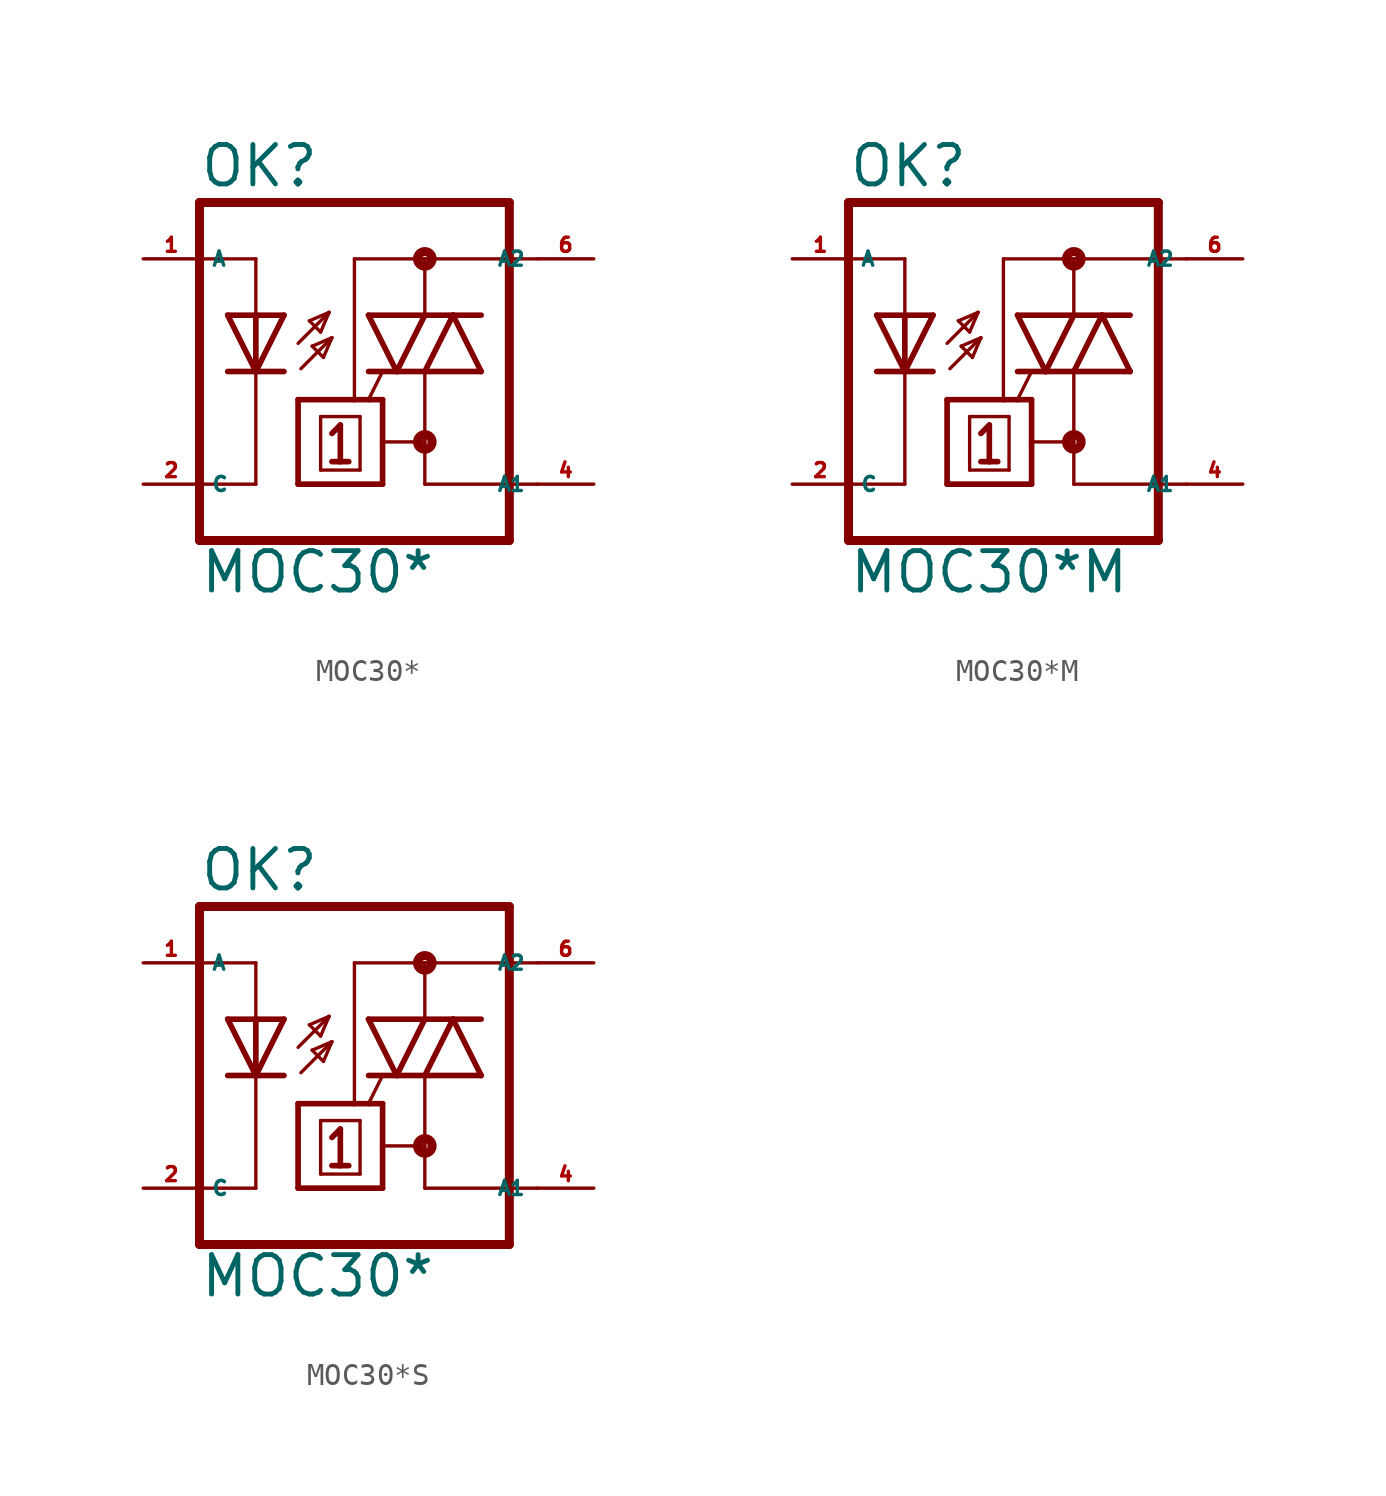
<source format=kicad_sym>
(kicad_symbol_lib
  (version 20220914)
  (generator kicad_symbol_editor)
  (symbol "MOC30*"
    (property "Reference" "OK"
      (at -7.645 8.23 0)
      (effects (font (size 1.778 1.778) (thickness 0.22)) (justify left bottom)))
    (property "Value" "MOC30*"
      (at -7.645 -10.084 0)
      (effects (font (size 1.778 1.778) (thickness 0.22)) (justify left bottom)))
    (symbol "MOC30*_1_1"
      (polyline (pts (xy -7.62 -7.62) (xy 6.35 -7.62)) (stroke (width 0.406) (type default)) (fill (type none)))
      (polyline (pts (xy -7.62 -5.08) (xy -7.62 -7.62)) (stroke (width 0.406) (type default)) (fill (type none)))
      (polyline (pts (xy -7.62 5.08) (xy -7.62 -5.08)) (stroke (width 0.406) (type default)) (fill (type none)))
      (polyline (pts (xy -7.62 7.62) (xy -7.62 5.08)) (stroke (width 0.406) (type default)) (fill (type none)))
      (polyline (pts (xy -7.62 7.62) (xy 6.35 7.62)) (stroke (width 0.406) (type default)) (fill (type none)))
      (polyline (pts (xy -5.08 -5.08) (xy -7.62 -5.08)) (stroke (width 0.152) (type default)) (fill (type none)))
      (polyline (pts (xy -5.08 0) (xy -6.35 0)) (stroke (width 0.254) (type default)) (fill (type none)))
      (polyline (pts (xy -5.08 0) (xy -6.35 2.54)) (stroke (width 0.254) (type default)) (fill (type none)))
      (polyline (pts (xy -5.08 0) (xy -5.08 -5.08)) (stroke (width 0.152) (type default)) (fill (type none)))
      (polyline (pts (xy -5.08 2.54) (xy -6.35 2.54)) (stroke (width 0.254) (type default)) (fill (type none)))
      (polyline (pts (xy -5.08 2.54) (xy -5.08 0)) (stroke (width 0.254) (type default)) (fill (type none)))
      (polyline (pts (xy -5.08 5.08) (xy -7.62 5.08)) (stroke (width 0.152) (type default)) (fill (type none)))
      (polyline (pts (xy -5.08 5.08) (xy -5.08 2.54)) (stroke (width 0.152) (type default)) (fill (type none)))
      (polyline (pts (xy -3.81 0) (xy -5.08 0)) (stroke (width 0.254) (type default)) (fill (type none)))
      (polyline (pts (xy -3.81 2.54) (xy -5.08 0)) (stroke (width 0.254) (type default)) (fill (type none)))
      (polyline (pts (xy -3.81 2.54) (xy -5.08 2.54)) (stroke (width 0.254) (type default)) (fill (type none)))
      (polyline (pts (xy -3.175 -5.08) (xy -3.175 -1.27)) (stroke (width 0.254) (type default)) (fill (type none)))
      (polyline (pts (xy -3.175 -1.27) (xy -0.635 -1.27)) (stroke (width 0.254) (type default)) (fill (type none)))
      (polyline (pts (xy -3.175 1.27) (xy -1.778 2.667)) (stroke (width 0.152) (type default)) (fill (type none)))
      (polyline (pts (xy -3.048 0.127) (xy -1.651 1.524)) (stroke (width 0.152) (type default)) (fill (type none)))
      (polyline (pts (xy -2.667 2.286) (xy -2.159 1.778)) (stroke (width 0.152) (type default)) (fill (type none)))
      (polyline (pts (xy -2.54 1.143) (xy -2.032 0.635)) (stroke (width 0.152) (type default)) (fill (type none)))
      (polyline (pts (xy -2.159 -4.445) (xy -0.381 -4.445)) (stroke (width 0.152) (type default)) (fill (type none)))
      (polyline (pts (xy -2.159 -2.032) (xy -2.159 -4.445)) (stroke (width 0.152) (type default)) (fill (type none)))
      (polyline (pts (xy -2.159 1.778) (xy -1.778 2.667)) (stroke (width 0.152) (type default)) (fill (type none)))
      (polyline (pts (xy -2.032 0.635) (xy -1.651 1.524)) (stroke (width 0.152) (type default)) (fill (type none)))
      (polyline (pts (xy -1.778 2.667) (xy -2.667 2.286)) (stroke (width 0.152) (type default)) (fill (type none)))
      (polyline (pts (xy -1.651 -4.064) (xy -1.27 -4.064)) (stroke (width 0.254) (type default)) (fill (type none)))
      (polyline (pts (xy -1.651 1.524) (xy -2.54 1.143)) (stroke (width 0.152) (type default)) (fill (type none)))
      (polyline (pts (xy -1.27 -4.064) (xy -1.27 -2.413)) (stroke (width 0.254) (type default)) (fill (type none)))
      (polyline (pts (xy -1.27 -4.064) (xy -0.889 -4.064)) (stroke (width 0.254) (type default)) (fill (type none)))
      (polyline (pts (xy -1.27 -2.413) (xy -1.651 -2.794)) (stroke (width 0.254) (type default)) (fill (type none)))
      (polyline (pts (xy -0.635 -1.27) (xy 0 -1.27)) (stroke (width 0.254) (type default)) (fill (type none)))
      (polyline (pts (xy -0.635 5.08) (xy -0.635 -1.27)) (stroke (width 0.152) (type default)) (fill (type none)))
      (polyline (pts (xy -0.381 -4.445) (xy -0.381 -2.032)) (stroke (width 0.152) (type default)) (fill (type none)))
      (polyline (pts (xy -0.381 -2.032) (xy -2.159 -2.032)) (stroke (width 0.152) (type default)) (fill (type none)))
      (polyline (pts (xy 0 -1.27) (xy 0.635 -1.27)) (stroke (width 0.254) (type default)) (fill (type none)))
      (polyline (pts (xy 0.635 -5.08) (xy -3.175 -5.08)) (stroke (width 0.254) (type default)) (fill (type none)))
      (polyline (pts (xy 0.635 -3.175) (xy 0.635 -5.08)) (stroke (width 0.254) (type default)) (fill (type none)))
      (polyline (pts (xy 0.635 -3.175) (xy 2.54 -3.175)) (stroke (width 0.152) (type default)) (fill (type none)))
      (polyline (pts (xy 0.635 -1.27) (xy 0.635 -3.175)) (stroke (width 0.254) (type default)) (fill (type none)))
      (polyline (pts (xy 0.635 0) (xy 0 -1.27)) (stroke (width 0.152) (type default)) (fill (type none)))
      (polyline (pts (xy 1.27 0) (xy 0 0)) (stroke (width 0.254) (type default)) (fill (type none)))
      (polyline (pts (xy 1.27 0) (xy 0 2.54)) (stroke (width 0.254) (type default)) (fill (type none)))
      (polyline (pts (xy 2.54 -5.08) (xy 7.62 -5.08)) (stroke (width 0.152) (type default)) (fill (type none)))
      (polyline (pts (xy 2.54 -3.175) (xy 2.54 -5.08)) (stroke (width 0.152) (type default)) (fill (type none)))
      (polyline (pts (xy 2.54 -3.175) (xy 2.54 0)) (stroke (width 0.152) (type default)) (fill (type none)))
      (polyline (pts (xy 2.54 0) (xy 1.27 0)) (stroke (width 0.254) (type default)) (fill (type none)))
      (polyline (pts (xy 2.54 0) (xy 3.81 2.54)) (stroke (width 0.254) (type default)) (fill (type none)))
      (polyline (pts (xy 2.54 0) (xy 5.08 0)) (stroke (width 0.254) (type default)) (fill (type none)))
      (polyline (pts (xy 2.54 2.54) (xy 0 2.54)) (stroke (width 0.254) (type default)) (fill (type none)))
      (polyline (pts (xy 2.54 2.54) (xy 1.27 0)) (stroke (width 0.254) (type default)) (fill (type none)))
      (polyline (pts (xy 2.54 2.54) (xy 2.54 5.08)) (stroke (width 0.152) (type default)) (fill (type none)))
      (polyline (pts (xy 2.54 2.54) (xy 3.81 2.54)) (stroke (width 0.254) (type default)) (fill (type none)))
      (polyline (pts (xy 2.54 5.08) (xy -0.635 5.08)) (stroke (width 0.152) (type default)) (fill (type none)))
      (polyline (pts (xy 2.54 5.08) (xy 7.62 5.08)) (stroke (width 0.152) (type default)) (fill (type none)))
      (polyline (pts (xy 3.81 2.54) (xy 5.08 0)) (stroke (width 0.254) (type default)) (fill (type none)))
      (polyline (pts (xy 3.81 2.54) (xy 5.08 2.54)) (stroke (width 0.254) (type default)) (fill (type none)))
      (polyline (pts (xy 6.35 7.62) (xy 6.35 -7.62)) (stroke (width 0.406) (type default)) (fill (type none)))
      (circle (center 2.54 -3.175) (radius 0.127) (stroke (width 0.406) (type default)) (fill (type none)))
      (circle (center 2.54 5.08) (radius 0.127) (stroke (width 0.406) (type default)) (fill (type none)))
      (pin passive line (at -10.16 5.08 0) (length 2.54) (name "A" (effects (font (size 0.635 0.635)))) (number "1" (effects (font (size 0.635 0.635)))))
      (pin passive line (at -10.16 -5.08 0) (length 2.54) (name "C" (effects (font (size 0.635 0.635)))) (number "2" (effects (font (size 0.635 0.635)))))
      (pin passive line (at 10.16 -5.08 180) (length 2.54) (name "A1" (effects (font (size 0.635 0.635)))) (number "4" (effects (font (size 0.635 0.635)))))
      (pin passive line (at 10.16 5.08 180) (length 2.54) (name "A2" (effects (font (size 0.635 0.635)))) (number "6" (effects (font (size 0.635 0.635)))))))
  (symbol "MOC30*M"
    (property "Reference" "OK"
      (at -7.645 8.23 0)
      (effects (font (size 1.778 1.778) (thickness 0.22)) (justify left bottom)))
    (property "Value" "MOC30*M"
      (at -7.645 -10.084 0)
      (effects (font (size 1.778 1.778) (thickness 0.22)) (justify left bottom)))
    (symbol "MOC30*M_1_1"
      (polyline (pts (xy -7.62 -7.62) (xy 6.35 -7.62)) (stroke (width 0.406) (type default)) (fill (type none)))
      (polyline (pts (xy -7.62 -5.08) (xy -7.62 -7.62)) (stroke (width 0.406) (type default)) (fill (type none)))
      (polyline (pts (xy -7.62 5.08) (xy -7.62 -5.08)) (stroke (width 0.406) (type default)) (fill (type none)))
      (polyline (pts (xy -7.62 7.62) (xy -7.62 5.08)) (stroke (width 0.406) (type default)) (fill (type none)))
      (polyline (pts (xy -7.62 7.62) (xy 6.35 7.62)) (stroke (width 0.406) (type default)) (fill (type none)))
      (polyline (pts (xy -5.08 -5.08) (xy -7.62 -5.08)) (stroke (width 0.152) (type default)) (fill (type none)))
      (polyline (pts (xy -5.08 0) (xy -6.35 0)) (stroke (width 0.254) (type default)) (fill (type none)))
      (polyline (pts (xy -5.08 0) (xy -6.35 2.54)) (stroke (width 0.254) (type default)) (fill (type none)))
      (polyline (pts (xy -5.08 0) (xy -5.08 -5.08)) (stroke (width 0.152) (type default)) (fill (type none)))
      (polyline (pts (xy -5.08 2.54) (xy -6.35 2.54)) (stroke (width 0.254) (type default)) (fill (type none)))
      (polyline (pts (xy -5.08 2.54) (xy -5.08 0)) (stroke (width 0.254) (type default)) (fill (type none)))
      (polyline (pts (xy -5.08 5.08) (xy -7.62 5.08)) (stroke (width 0.152) (type default)) (fill (type none)))
      (polyline (pts (xy -5.08 5.08) (xy -5.08 2.54)) (stroke (width 0.152) (type default)) (fill (type none)))
      (polyline (pts (xy -3.81 0) (xy -5.08 0)) (stroke (width 0.254) (type default)) (fill (type none)))
      (polyline (pts (xy -3.81 2.54) (xy -5.08 0)) (stroke (width 0.254) (type default)) (fill (type none)))
      (polyline (pts (xy -3.81 2.54) (xy -5.08 2.54)) (stroke (width 0.254) (type default)) (fill (type none)))
      (polyline (pts (xy -3.175 -5.08) (xy -3.175 -1.27)) (stroke (width 0.254) (type default)) (fill (type none)))
      (polyline (pts (xy -3.175 -1.27) (xy -0.635 -1.27)) (stroke (width 0.254) (type default)) (fill (type none)))
      (polyline (pts (xy -3.175 1.27) (xy -1.778 2.667)) (stroke (width 0.152) (type default)) (fill (type none)))
      (polyline (pts (xy -3.048 0.127) (xy -1.651 1.524)) (stroke (width 0.152) (type default)) (fill (type none)))
      (polyline (pts (xy -2.667 2.286) (xy -2.159 1.778)) (stroke (width 0.152) (type default)) (fill (type none)))
      (polyline (pts (xy -2.54 1.143) (xy -2.032 0.635)) (stroke (width 0.152) (type default)) (fill (type none)))
      (polyline (pts (xy -2.159 -4.445) (xy -0.381 -4.445)) (stroke (width 0.152) (type default)) (fill (type none)))
      (polyline (pts (xy -2.159 -2.032) (xy -2.159 -4.445)) (stroke (width 0.152) (type default)) (fill (type none)))
      (polyline (pts (xy -2.159 1.778) (xy -1.778 2.667)) (stroke (width 0.152) (type default)) (fill (type none)))
      (polyline (pts (xy -2.032 0.635) (xy -1.651 1.524)) (stroke (width 0.152) (type default)) (fill (type none)))
      (polyline (pts (xy -1.778 2.667) (xy -2.667 2.286)) (stroke (width 0.152) (type default)) (fill (type none)))
      (polyline (pts (xy -1.651 -4.064) (xy -1.27 -4.064)) (stroke (width 0.254) (type default)) (fill (type none)))
      (polyline (pts (xy -1.651 1.524) (xy -2.54 1.143)) (stroke (width 0.152) (type default)) (fill (type none)))
      (polyline (pts (xy -1.27 -4.064) (xy -1.27 -2.413)) (stroke (width 0.254) (type default)) (fill (type none)))
      (polyline (pts (xy -1.27 -4.064) (xy -0.889 -4.064)) (stroke (width 0.254) (type default)) (fill (type none)))
      (polyline (pts (xy -1.27 -2.413) (xy -1.651 -2.794)) (stroke (width 0.254) (type default)) (fill (type none)))
      (polyline (pts (xy -0.635 -1.27) (xy 0 -1.27)) (stroke (width 0.254) (type default)) (fill (type none)))
      (polyline (pts (xy -0.635 5.08) (xy -0.635 -1.27)) (stroke (width 0.152) (type default)) (fill (type none)))
      (polyline (pts (xy -0.381 -4.445) (xy -0.381 -2.032)) (stroke (width 0.152) (type default)) (fill (type none)))
      (polyline (pts (xy -0.381 -2.032) (xy -2.159 -2.032)) (stroke (width 0.152) (type default)) (fill (type none)))
      (polyline (pts (xy 0 -1.27) (xy 0.635 -1.27)) (stroke (width 0.254) (type default)) (fill (type none)))
      (polyline (pts (xy 0.635 -5.08) (xy -3.175 -5.08)) (stroke (width 0.254) (type default)) (fill (type none)))
      (polyline (pts (xy 0.635 -3.175) (xy 0.635 -5.08)) (stroke (width 0.254) (type default)) (fill (type none)))
      (polyline (pts (xy 0.635 -3.175) (xy 2.54 -3.175)) (stroke (width 0.152) (type default)) (fill (type none)))
      (polyline (pts (xy 0.635 -1.27) (xy 0.635 -3.175)) (stroke (width 0.254) (type default)) (fill (type none)))
      (polyline (pts (xy 0.635 0) (xy 0 -1.27)) (stroke (width 0.152) (type default)) (fill (type none)))
      (polyline (pts (xy 1.27 0) (xy 0 0)) (stroke (width 0.254) (type default)) (fill (type none)))
      (polyline (pts (xy 1.27 0) (xy 0 2.54)) (stroke (width 0.254) (type default)) (fill (type none)))
      (polyline (pts (xy 2.54 -5.08) (xy 7.62 -5.08)) (stroke (width 0.152) (type default)) (fill (type none)))
      (polyline (pts (xy 2.54 -3.175) (xy 2.54 -5.08)) (stroke (width 0.152) (type default)) (fill (type none)))
      (polyline (pts (xy 2.54 -3.175) (xy 2.54 0)) (stroke (width 0.152) (type default)) (fill (type none)))
      (polyline (pts (xy 2.54 0) (xy 1.27 0)) (stroke (width 0.254) (type default)) (fill (type none)))
      (polyline (pts (xy 2.54 0) (xy 3.81 2.54)) (stroke (width 0.254) (type default)) (fill (type none)))
      (polyline (pts (xy 2.54 0) (xy 5.08 0)) (stroke (width 0.254) (type default)) (fill (type none)))
      (polyline (pts (xy 2.54 2.54) (xy 0 2.54)) (stroke (width 0.254) (type default)) (fill (type none)))
      (polyline (pts (xy 2.54 2.54) (xy 1.27 0)) (stroke (width 0.254) (type default)) (fill (type none)))
      (polyline (pts (xy 2.54 2.54) (xy 2.54 5.08)) (stroke (width 0.152) (type default)) (fill (type none)))
      (polyline (pts (xy 2.54 2.54) (xy 3.81 2.54)) (stroke (width 0.254) (type default)) (fill (type none)))
      (polyline (pts (xy 2.54 5.08) (xy -0.635 5.08)) (stroke (width 0.152) (type default)) (fill (type none)))
      (polyline (pts (xy 2.54 5.08) (xy 7.62 5.08)) (stroke (width 0.152) (type default)) (fill (type none)))
      (polyline (pts (xy 3.81 2.54) (xy 5.08 0)) (stroke (width 0.254) (type default)) (fill (type none)))
      (polyline (pts (xy 3.81 2.54) (xy 5.08 2.54)) (stroke (width 0.254) (type default)) (fill (type none)))
      (polyline (pts (xy 6.35 7.62) (xy 6.35 -7.62)) (stroke (width 0.406) (type default)) (fill (type none)))
      (circle (center 2.54 -3.175) (radius 0.127) (stroke (width 0.406) (type default)) (fill (type none)))
      (circle (center 2.54 5.08) (radius 0.127) (stroke (width 0.406) (type default)) (fill (type none)))
      (pin passive line (at -10.16 5.08 0) (length 2.54) (name "A" (effects (font (size 0.635 0.635)))) (number "1" (effects (font (size 0.635 0.635)))))
      (pin passive line (at -10.16 -5.08 0) (length 2.54) (name "C" (effects (font (size 0.635 0.635)))) (number "2" (effects (font (size 0.635 0.635)))))
      (pin passive line (at 10.16 -5.08 180) (length 2.54) (name "A1" (effects (font (size 0.635 0.635)))) (number "4" (effects (font (size 0.635 0.635)))))
      (pin passive line (at 10.16 5.08 180) (length 2.54) (name "A2" (effects (font (size 0.635 0.635)))) (number "6" (effects (font (size 0.635 0.635)))))))
  (symbol "MOC30*S"
    (property "Reference" "OK"
      (at -7.645 8.23 0)
      (effects (font (size 1.778 1.778) (thickness 0.22)) (justify left bottom)))
    (property "Value" "MOC30*"
      (at -7.645 -10.084 0)
      (effects (font (size 1.778 1.778) (thickness 0.22)) (justify left bottom)))
    (symbol "MOC30*S_1_1"
      (polyline (pts (xy -7.62 -7.62) (xy 6.35 -7.62)) (stroke (width 0.406) (type default)) (fill (type none)))
      (polyline (pts (xy -7.62 -5.08) (xy -7.62 -7.62)) (stroke (width 0.406) (type default)) (fill (type none)))
      (polyline (pts (xy -7.62 5.08) (xy -7.62 -5.08)) (stroke (width 0.406) (type default)) (fill (type none)))
      (polyline (pts (xy -7.62 7.62) (xy -7.62 5.08)) (stroke (width 0.406) (type default)) (fill (type none)))
      (polyline (pts (xy -7.62 7.62) (xy 6.35 7.62)) (stroke (width 0.406) (type default)) (fill (type none)))
      (polyline (pts (xy -5.08 -5.08) (xy -7.62 -5.08)) (stroke (width 0.152) (type default)) (fill (type none)))
      (polyline (pts (xy -5.08 0) (xy -6.35 0)) (stroke (width 0.254) (type default)) (fill (type none)))
      (polyline (pts (xy -5.08 0) (xy -6.35 2.54)) (stroke (width 0.254) (type default)) (fill (type none)))
      (polyline (pts (xy -5.08 0) (xy -5.08 -5.08)) (stroke (width 0.152) (type default)) (fill (type none)))
      (polyline (pts (xy -5.08 2.54) (xy -6.35 2.54)) (stroke (width 0.254) (type default)) (fill (type none)))
      (polyline (pts (xy -5.08 2.54) (xy -5.08 0)) (stroke (width 0.254) (type default)) (fill (type none)))
      (polyline (pts (xy -5.08 5.08) (xy -7.62 5.08)) (stroke (width 0.152) (type default)) (fill (type none)))
      (polyline (pts (xy -5.08 5.08) (xy -5.08 2.54)) (stroke (width 0.152) (type default)) (fill (type none)))
      (polyline (pts (xy -3.81 0) (xy -5.08 0)) (stroke (width 0.254) (type default)) (fill (type none)))
      (polyline (pts (xy -3.81 2.54) (xy -5.08 0)) (stroke (width 0.254) (type default)) (fill (type none)))
      (polyline (pts (xy -3.81 2.54) (xy -5.08 2.54)) (stroke (width 0.254) (type default)) (fill (type none)))
      (polyline (pts (xy -3.175 -5.08) (xy -3.175 -1.27)) (stroke (width 0.254) (type default)) (fill (type none)))
      (polyline (pts (xy -3.175 -1.27) (xy -0.635 -1.27)) (stroke (width 0.254) (type default)) (fill (type none)))
      (polyline (pts (xy -3.175 1.27) (xy -1.778 2.667)) (stroke (width 0.152) (type default)) (fill (type none)))
      (polyline (pts (xy -3.048 0.127) (xy -1.651 1.524)) (stroke (width 0.152) (type default)) (fill (type none)))
      (polyline (pts (xy -2.667 2.286) (xy -2.159 1.778)) (stroke (width 0.152) (type default)) (fill (type none)))
      (polyline (pts (xy -2.54 1.143) (xy -2.032 0.635)) (stroke (width 0.152) (type default)) (fill (type none)))
      (polyline (pts (xy -2.159 -4.445) (xy -0.381 -4.445)) (stroke (width 0.152) (type default)) (fill (type none)))
      (polyline (pts (xy -2.159 -2.032) (xy -2.159 -4.445)) (stroke (width 0.152) (type default)) (fill (type none)))
      (polyline (pts (xy -2.159 1.778) (xy -1.778 2.667)) (stroke (width 0.152) (type default)) (fill (type none)))
      (polyline (pts (xy -2.032 0.635) (xy -1.651 1.524)) (stroke (width 0.152) (type default)) (fill (type none)))
      (polyline (pts (xy -1.778 2.667) (xy -2.667 2.286)) (stroke (width 0.152) (type default)) (fill (type none)))
      (polyline (pts (xy -1.651 -4.064) (xy -1.27 -4.064)) (stroke (width 0.254) (type default)) (fill (type none)))
      (polyline (pts (xy -1.651 1.524) (xy -2.54 1.143)) (stroke (width 0.152) (type default)) (fill (type none)))
      (polyline (pts (xy -1.27 -4.064) (xy -1.27 -2.413)) (stroke (width 0.254) (type default)) (fill (type none)))
      (polyline (pts (xy -1.27 -4.064) (xy -0.889 -4.064)) (stroke (width 0.254) (type default)) (fill (type none)))
      (polyline (pts (xy -1.27 -2.413) (xy -1.651 -2.794)) (stroke (width 0.254) (type default)) (fill (type none)))
      (polyline (pts (xy -0.635 -1.27) (xy 0 -1.27)) (stroke (width 0.254) (type default)) (fill (type none)))
      (polyline (pts (xy -0.635 5.08) (xy -0.635 -1.27)) (stroke (width 0.152) (type default)) (fill (type none)))
      (polyline (pts (xy -0.381 -4.445) (xy -0.381 -2.032)) (stroke (width 0.152) (type default)) (fill (type none)))
      (polyline (pts (xy -0.381 -2.032) (xy -2.159 -2.032)) (stroke (width 0.152) (type default)) (fill (type none)))
      (polyline (pts (xy 0 -1.27) (xy 0.635 -1.27)) (stroke (width 0.254) (type default)) (fill (type none)))
      (polyline (pts (xy 0.635 -5.08) (xy -3.175 -5.08)) (stroke (width 0.254) (type default)) (fill (type none)))
      (polyline (pts (xy 0.635 -3.175) (xy 0.635 -5.08)) (stroke (width 0.254) (type default)) (fill (type none)))
      (polyline (pts (xy 0.635 -3.175) (xy 2.54 -3.175)) (stroke (width 0.152) (type default)) (fill (type none)))
      (polyline (pts (xy 0.635 -1.27) (xy 0.635 -3.175)) (stroke (width 0.254) (type default)) (fill (type none)))
      (polyline (pts (xy 0.635 0) (xy 0 -1.27)) (stroke (width 0.152) (type default)) (fill (type none)))
      (polyline (pts (xy 1.27 0) (xy 0 0)) (stroke (width 0.254) (type default)) (fill (type none)))
      (polyline (pts (xy 1.27 0) (xy 0 2.54)) (stroke (width 0.254) (type default)) (fill (type none)))
      (polyline (pts (xy 2.54 -5.08) (xy 7.62 -5.08)) (stroke (width 0.152) (type default)) (fill (type none)))
      (polyline (pts (xy 2.54 -3.175) (xy 2.54 -5.08)) (stroke (width 0.152) (type default)) (fill (type none)))
      (polyline (pts (xy 2.54 -3.175) (xy 2.54 0)) (stroke (width 0.152) (type default)) (fill (type none)))
      (polyline (pts (xy 2.54 0) (xy 1.27 0)) (stroke (width 0.254) (type default)) (fill (type none)))
      (polyline (pts (xy 2.54 0) (xy 3.81 2.54)) (stroke (width 0.254) (type default)) (fill (type none)))
      (polyline (pts (xy 2.54 0) (xy 5.08 0)) (stroke (width 0.254) (type default)) (fill (type none)))
      (polyline (pts (xy 2.54 2.54) (xy 0 2.54)) (stroke (width 0.254) (type default)) (fill (type none)))
      (polyline (pts (xy 2.54 2.54) (xy 1.27 0)) (stroke (width 0.254) (type default)) (fill (type none)))
      (polyline (pts (xy 2.54 2.54) (xy 2.54 5.08)) (stroke (width 0.152) (type default)) (fill (type none)))
      (polyline (pts (xy 2.54 2.54) (xy 3.81 2.54)) (stroke (width 0.254) (type default)) (fill (type none)))
      (polyline (pts (xy 2.54 5.08) (xy -0.635 5.08)) (stroke (width 0.152) (type default)) (fill (type none)))
      (polyline (pts (xy 2.54 5.08) (xy 7.62 5.08)) (stroke (width 0.152) (type default)) (fill (type none)))
      (polyline (pts (xy 3.81 2.54) (xy 5.08 0)) (stroke (width 0.254) (type default)) (fill (type none)))
      (polyline (pts (xy 3.81 2.54) (xy 5.08 2.54)) (stroke (width 0.254) (type default)) (fill (type none)))
      (polyline (pts (xy 6.35 7.62) (xy 6.35 -7.62)) (stroke (width 0.406) (type default)) (fill (type none)))
      (circle (center 2.54 -3.175) (radius 0.127) (stroke (width 0.406) (type default)) (fill (type none)))
      (circle (center 2.54 5.08) (radius 0.127) (stroke (width 0.406) (type default)) (fill (type none)))
      (pin passive line (at -10.16 5.08 0) (length 2.54) (name "A" (effects (font (size 0.635 0.635)))) (number "1" (effects (font (size 0.635 0.635)))))
      (pin passive line (at -10.16 -5.08 0) (length 2.54) (name "C" (effects (font (size 0.635 0.635)))) (number "2" (effects (font (size 0.635 0.635)))))
      (pin passive line (at 10.16 -5.08 180) (length 2.54) (name "A1" (effects (font (size 0.635 0.635)))) (number "4" (effects (font (size 0.635 0.635)))))
      (pin passive line (at 10.16 5.08 180) (length 2.54) (name "A2" (effects (font (size 0.635 0.635)))) (number "6" (effects (font (size 0.635 0.635))))))))
</source>
